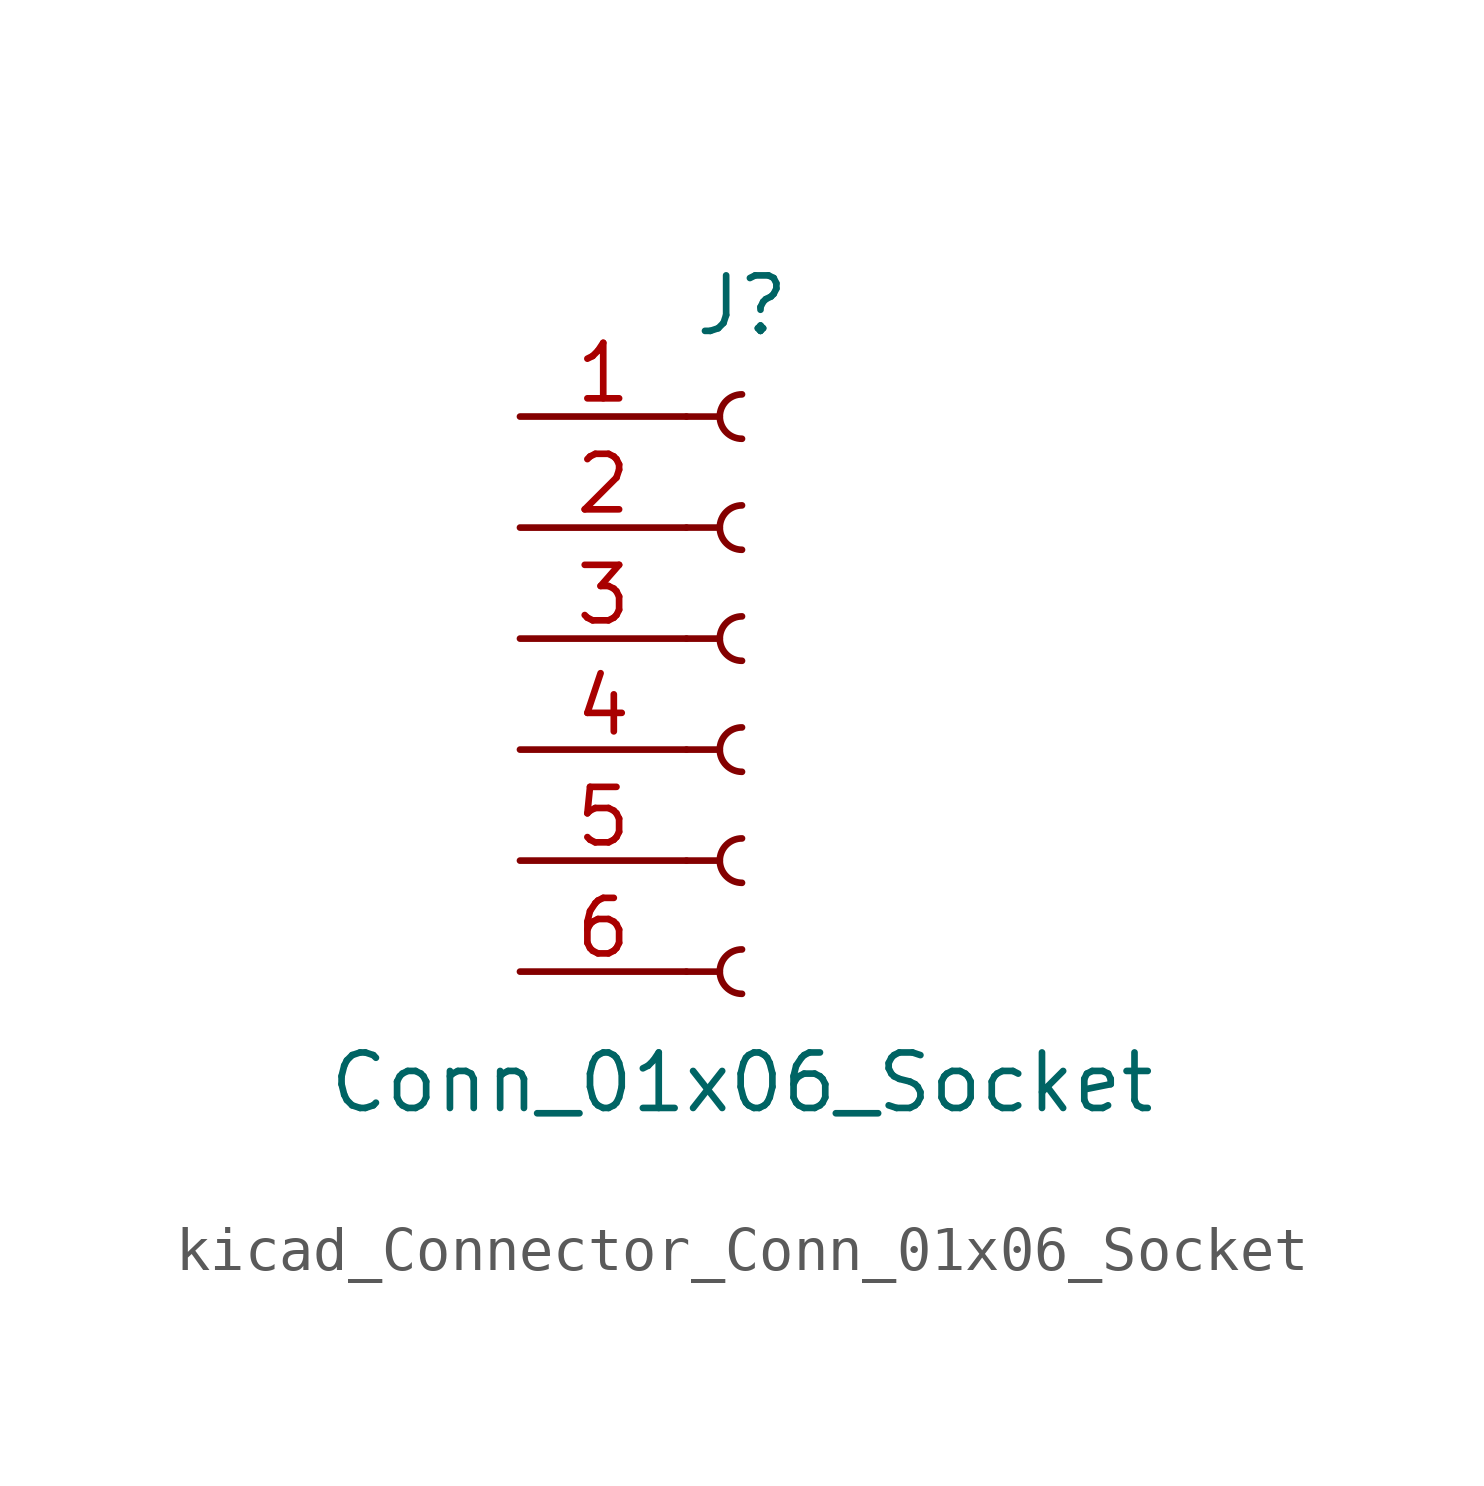
<source format=kicad_sym>
(kicad_symbol_lib
  (version 20220914)
  (generator kicad_symbol_editor)
  (symbol "kicad_Connector_Conn_01x06_Socket"
    (pin_names
      (offset 1.016) hide)
    (property "Reference" "J"
      (at 0 7.62 0)
      (effects (font (size 1.27 1.27))))
    (property "Value" "Conn_01x06_Socket"
      (at 0 -10.16 0)
      (effects (font (size 1.27 1.27))))
    (property "ki_locked" ""
      (at 0 0 0)
      (effects (font (size 1.27 1.27))))
    (symbol "kicad_Connector_Conn_01x06_Socket_1_1"
      (arc (start 0 -7.112) (mid -0.5058 -7.62) (end 0 -8.128) (stroke (width 0.1524) (type default)) (fill (type none)))
      (arc (start 0 -4.572) (mid -0.5058 -5.08) (end 0 -5.588) (stroke (width 0.1524) (type default)) (fill (type none)))
      (arc (start 0 -2.032) (mid -0.5058 -2.54) (end 0 -3.048) (stroke (width 0.1524) (type default)) (fill (type none)))
      (polyline (pts (xy -1.27 -7.62) (xy -0.508 -7.62)) (stroke (width 0.152) (type default)) (fill (type none)))
      (polyline (pts (xy -1.27 -5.08) (xy -0.508 -5.08)) (stroke (width 0.152) (type default)) (fill (type none)))
      (polyline (pts (xy -1.27 -2.54) (xy -0.508 -2.54)) (stroke (width 0.152) (type default)) (fill (type none)))
      (polyline (pts (xy -1.27 0) (xy -0.508 0)) (stroke (width 0.152) (type default)) (fill (type none)))
      (polyline (pts (xy -1.27 2.54) (xy -0.508 2.54)) (stroke (width 0.152) (type default)) (fill (type none)))
      (polyline (pts (xy -1.27 5.08) (xy -0.508 5.08)) (stroke (width 0.152) (type default)) (fill (type none)))
      (arc (start 0 0.508) (mid -0.5058 0) (end 0 -0.508) (stroke (width 0.1524) (type default)) (fill (type none)))
      (arc (start 0 3.048) (mid -0.5058 2.54) (end 0 2.032) (stroke (width 0.1524) (type default)) (fill (type none)))
      (arc (start 0 5.588) (mid -0.5058 5.08) (end 0 4.572) (stroke (width 0.1524) (type default)) (fill (type none)))
      (pin passive line (at -5.08 5.08 0) (length 3.81) (name "Pin_1" (effects (font (size 1.27 1.27)))) (number "1" (effects (font (size 1.27 1.27)))))
      (pin passive line (at -5.08 2.54 0) (length 3.81) (name "Pin_2" (effects (font (size 1.27 1.27)))) (number "2" (effects (font (size 1.27 1.27)))))
      (pin passive line (at -5.08 0 0) (length 3.81) (name "Pin_3" (effects (font (size 1.27 1.27)))) (number "3" (effects (font (size 1.27 1.27)))))
      (pin passive line (at -5.08 -2.54 0) (length 3.81) (name "Pin_4" (effects (font (size 1.27 1.27)))) (number "4" (effects (font (size 1.27 1.27)))))
      (pin passive line (at -5.08 -5.08 0) (length 3.81) (name "Pin_5" (effects (font (size 1.27 1.27)))) (number "5" (effects (font (size 1.27 1.27)))))
      (pin passive line (at -5.08 -7.62 0) (length 3.81) (name "Pin_6" (effects (font (size 1.27 1.27)))) (number "6" (effects (font (size 1.27 1.27))))))))
</source>
